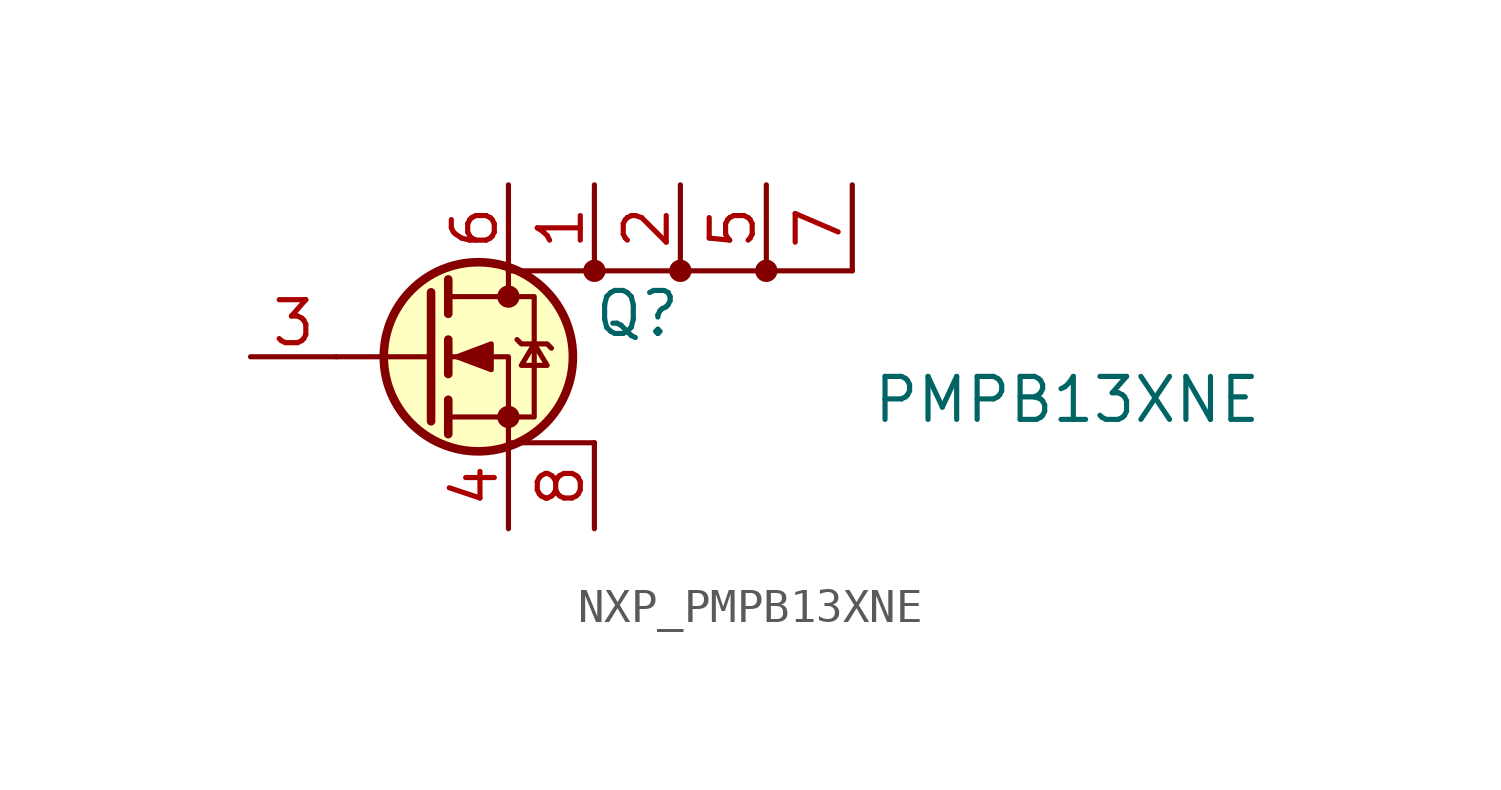
<source format=kicad_sym>
(kicad_symbol_lib
  (version 20231120)
  (generator "kicad_symbol_editor")
  (generator_version "8.0")
  (symbol "NXP_PMPB13XNE"
    (pin_names
      (offset 0) hide)
    (property "Reference" "Q"
      (at 6.35 1.27 0)
      (effects (font (size 1.27 1.27))))
    (property "Value" "PMPB13XNE"
      (at 19.05 -1.27 0)
      (effects (font (size 1.27 1.27))))
    (symbol "NXP_PMPB13XNE_0_1"
      (polyline (pts (xy 0.254 0) (xy -2.54 0)) (stroke (width 0) (type default)) (fill (type none)))
      (polyline (pts (xy 0.254 1.905) (xy 0.254 -1.905)) (stroke (width 0.254) (type default)) (fill (type none)))
      (polyline (pts (xy 0.762 -1.27) (xy 0.762 -2.286)) (stroke (width 0.254) (type default)) (fill (type none)))
      (polyline (pts (xy 0.762 0.508) (xy 0.762 -0.508)) (stroke (width 0.254) (type default)) (fill (type none)))
      (polyline (pts (xy 0.762 2.286) (xy 0.762 1.27)) (stroke (width 0.254) (type default)) (fill (type none)))
      (polyline (pts (xy 2.54 2.54) (xy 2.54 1.778)) (stroke (width 0) (type default)) (fill (type none)))
      (polyline (pts (xy 2.54 2.54) (xy 12.7 2.54)) (stroke (width 0) (type default)) (fill (type none)))
      (polyline (pts (xy 5.08 -2.54) (xy 2.54 -2.54)) (stroke (width 0) (type default)) (fill (type none)))
      (polyline (pts (xy 2.54 -2.54) (xy 2.54 0) (xy 0.762 0)) (stroke (width 0) (type default)) (fill (type none)))
      (polyline (pts (xy 0.762 -1.778) (xy 3.302 -1.778) (xy 3.302 1.778) (xy 0.762 1.778)) (stroke (width 0) (type default)) (fill (type none)))
      (polyline (pts (xy 1.016 0) (xy 2.032 0.381) (xy 2.032 -0.381) (xy 1.016 0)) (stroke (width 0) (type default)) (fill (type outline)))
      (polyline (pts (xy 2.794 0.508) (xy 2.921 0.381) (xy 3.683 0.381) (xy 3.81 0.254)) (stroke (width 0) (type default)) (fill (type none)))
      (polyline (pts (xy 3.302 0.381) (xy 2.921 -0.254) (xy 3.683 -0.254) (xy 3.302 0.381)) (stroke (width 0) (type default)) (fill (type none)))
      (circle (center 1.651 0) (radius 2.794) (stroke (width 0.254) (type default)) (fill (type background)))
      (circle (center 2.54 -1.778) (radius 0.254) (stroke (width 0) (type default)) (fill (type outline)))
      (circle (center 2.54 1.778) (radius 0.254) (stroke (width 0) (type default)) (fill (type outline)))
      (circle (center 5.08 2.54) (radius 0.254) (stroke (width 0) (type default)) (fill (type outline)))
      (circle (center 7.62 2.54) (radius 0.254) (stroke (width 0) (type default)) (fill (type outline)))
      (circle (center 10.16 2.54) (radius 0.254) (stroke (width 0) (type default)) (fill (type outline))))
    (symbol "NXP_PMPB13XNE_1_1"
      (pin passive line (at 5.08 5.08 270) (length 2.54) (name "D" (effects (font (size 1.27 1.27)))) (number "1" (effects (font (size 1.27 1.27)))))
      (pin passive line (at 7.62 5.08 270) (length 2.54) (name "D" (effects (font (size 1.27 1.27)))) (number "2" (effects (font (size 1.27 1.27)))))
      (pin input line (at -5.08 0 0) (length 2.54) (name "G" (effects (font (size 1.27 1.27)))) (number "3" (effects (font (size 1.27 1.27)))))
      (pin passive line (at 2.54 -5.08 90) (length 2.54) (name "S" (effects (font (size 1.27 1.27)))) (number "4" (effects (font (size 1.27 1.27)))))
      (pin passive line (at 10.16 5.08 270) (length 2.54) (name "D" (effects (font (size 1.27 1.27)))) (number "5" (effects (font (size 1.27 1.27)))))
      (pin passive line (at 2.54 5.08 270) (length 2.54) (name "D" (effects (font (size 1.27 1.27)))) (number "6" (effects (font (size 1.27 1.27)))))
      (pin passive line (at 12.7 5.08 270) (length 2.54) (name "D" (effects (font (size 1.27 1.27)))) (number "7" (effects (font (size 1.27 1.27)))))
      (pin passive line (at 5.08 -5.08 90) (length 2.54) (name "S" (effects (font (size 1.27 1.27)))) (number "8" (effects (font (size 1.27 1.27))))))))
</source>
